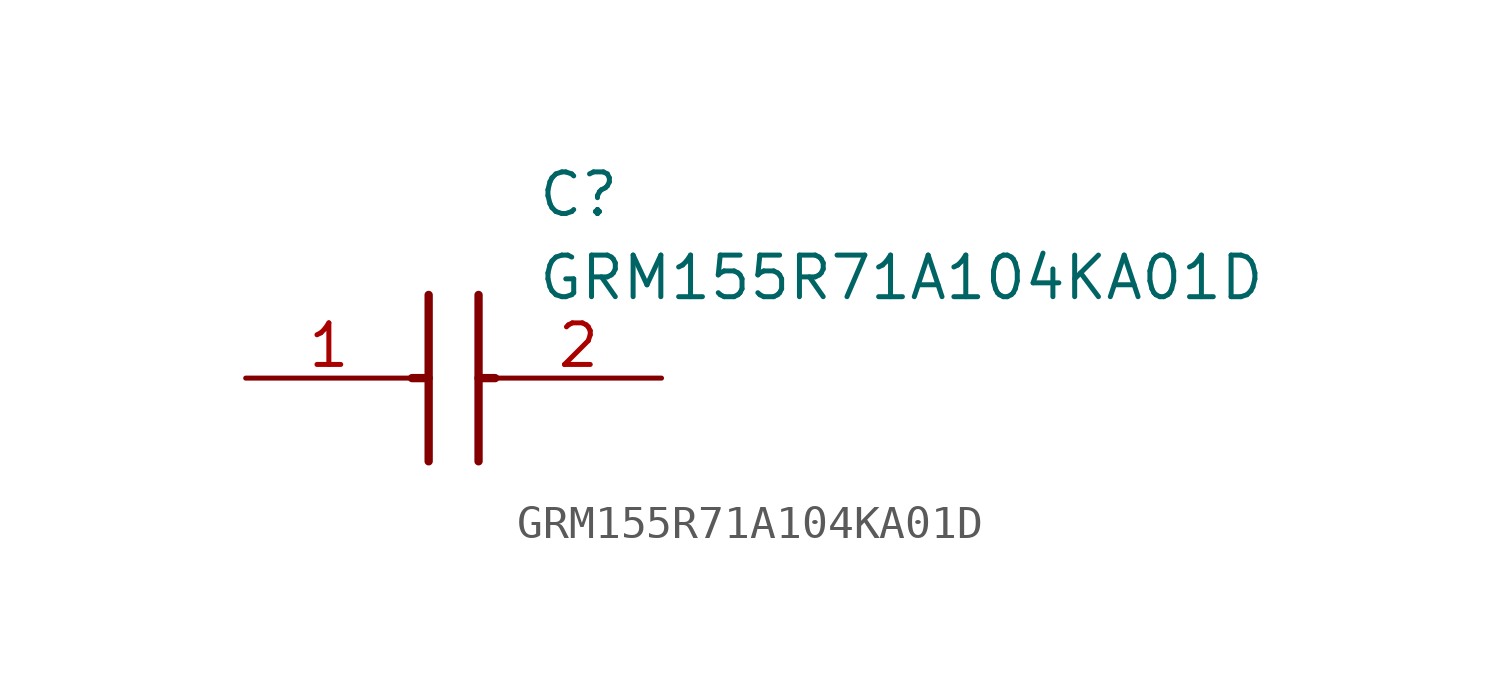
<source format=kicad_sym>
(kicad_symbol_lib
  (version 20211014)
  (generator SamacSys_ECAD_Model)
  (symbol "GRM155R71A104KA01D"
    (pin_names hide)
    (property "Reference" "C"
      (at 8.89 6.35 0)
      (effects (font (size 1.27 1.27)) (justify left top)))
    (property "Value" "GRM155R71A104KA01D"
      (at 8.89 3.81 0)
      (effects (font (size 1.27 1.27)) (justify left top)))
    (polyline
      (pts (xy 5.588 2.54) (xy 5.588 -2.54))
      (stroke (width 0.254) (type default))
      (fill (type none)))
    (polyline
      (pts (xy 7.112 2.54) (xy 7.112 -2.54))
      (stroke (width 0.254) (type default))
      (fill (type none)))
    (polyline
      (pts (xy 5.08 0) (xy 5.588 0))
      (stroke (width 0.254) (type default))
      (fill (type none)))
    (polyline
      (pts (xy 7.112 0) (xy 7.62 0))
      (stroke (width 0.254) (type default))
      (fill (type none)))
    (pin passive line
      (at 0 0 0)
      (length 5.08)
      (name "1" (effects (font (size 1.27 1.27))))
      (number "1" (effects (font (size 1.27 1.27)))))
    (pin passive line
      (at 12.7 0 180)
      (length 5.08)
      (name "2" (effects (font (size 1.27 1.27))))
      (number "2" (effects (font (size 1.27 1.27)))))))
</source>
